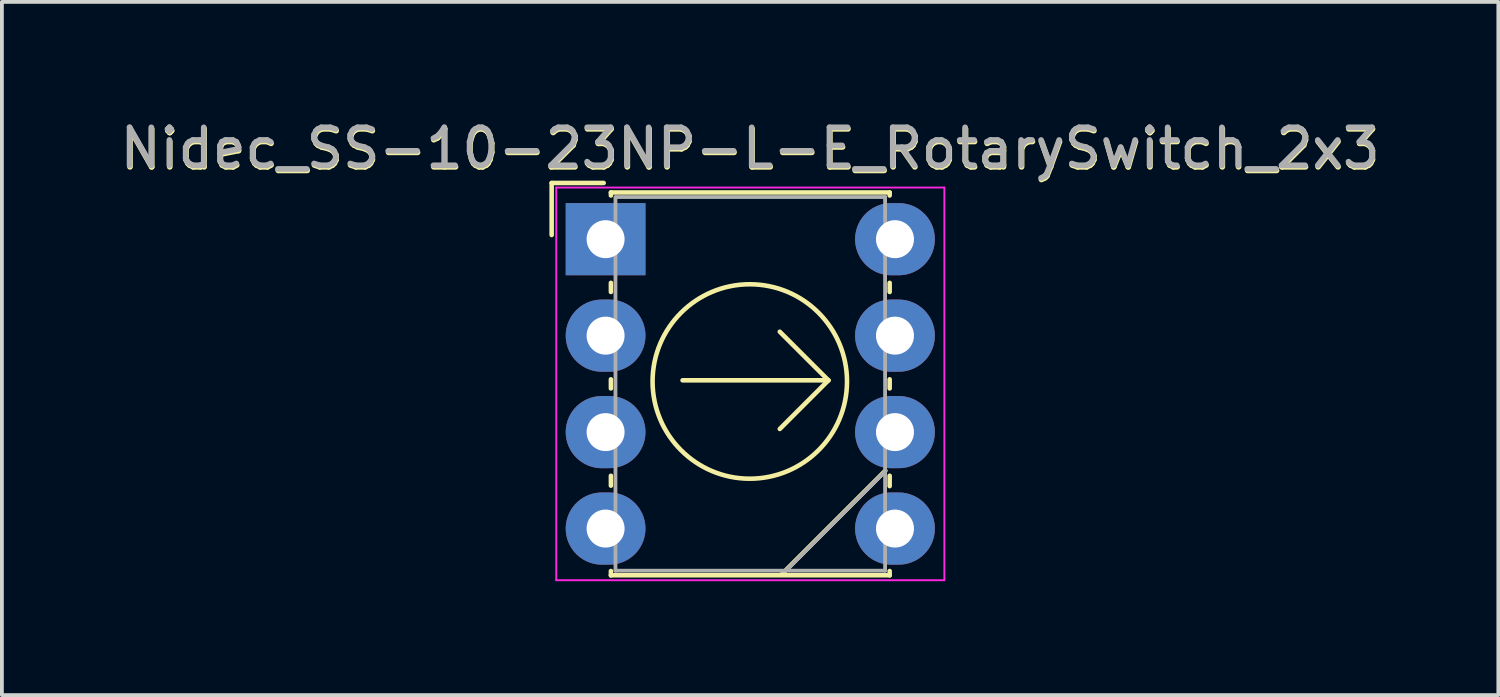
<source format=kicad_pcb>
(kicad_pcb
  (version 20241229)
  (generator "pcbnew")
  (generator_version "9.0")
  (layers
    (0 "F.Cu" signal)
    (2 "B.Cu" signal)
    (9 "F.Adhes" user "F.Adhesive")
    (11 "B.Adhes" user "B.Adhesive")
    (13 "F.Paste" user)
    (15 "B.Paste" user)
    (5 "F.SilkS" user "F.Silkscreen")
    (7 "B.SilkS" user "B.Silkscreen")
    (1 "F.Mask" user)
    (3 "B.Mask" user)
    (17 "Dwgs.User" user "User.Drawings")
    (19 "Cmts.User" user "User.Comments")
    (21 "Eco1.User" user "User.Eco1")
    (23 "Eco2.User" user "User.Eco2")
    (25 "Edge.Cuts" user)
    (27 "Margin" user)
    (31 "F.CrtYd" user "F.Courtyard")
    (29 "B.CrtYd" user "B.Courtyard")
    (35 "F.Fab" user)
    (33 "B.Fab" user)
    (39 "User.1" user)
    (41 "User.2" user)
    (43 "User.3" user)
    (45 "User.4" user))
  (footprint "Nidec_SS-10-23NP-L-E_RotarySwitch_2x3"
    (layer "F.Cu")
    (at 12.896 3.248)
    (property "Reference" "Nidec_SS-10-23NP-L-E_RotarySwitch_2x3" (at 3.81 -2.36 0) (layer "F.SilkS") (effects (font (size 1 1) (thickness 0.15))))
    (attr through_hole)
    (fp_line (start -1.42 -1.48) (end -0.05 -1.48) (stroke (width 0.12) (type solid)) (layer "F.SilkS"))
    (fp_line (start -1.42 -0.11) (end -1.42 -1.48) (stroke (width 0.12) (type solid)) (layer "F.SilkS"))
    (fp_line (start 0.14 8.852) (end 0.14 8.738) (stroke (width 0.12) (type solid)) (layer "F.SilkS"))
    (fp_line (start 0.14 -1.23) (end 7.48 -1.23) (stroke (width 0.12) (type solid)) (layer "F.SilkS"))
    (fp_line (start 0.14 -1.15) (end 0.14 -1.23) (stroke (width 0.12) (type solid)) (layer "F.SilkS"))
    (fp_line (start 0.14 1.15) (end 0.14 1.39) (stroke (width 0.12) (type solid)) (layer "F.SilkS"))
    (fp_line (start 0.14 3.69) (end 0.14 3.93) (stroke (width 0.12) (type solid)) (layer "F.SilkS"))
    (fp_line (start 0.14 6.23) (end 0.14 6.49) (stroke (width 0.12) (type solid)) (layer "F.SilkS"))
    (fp_line (start 0.14 8.85) (end 7.48 8.85) (stroke (width 0.12) (type solid)) (layer "F.SilkS"))
    (fp_line (start 4.587 2.437) (end 5.867 3.716) (stroke (width 0.12) (type solid)) (layer "F.SilkS"))
    (fp_line (start 5.867 3.716) (end 2.027 3.716) (stroke (width 0.12) (type solid)) (layer "F.SilkS"))
    (fp_line (start 5.867 3.716) (end 4.587 4.997) (stroke (width 0.12) (type solid)) (layer "F.SilkS"))
    (fp_line (start 7.366 6.096) (end 4.623 8.839) (stroke (width 0.12) (type solid)) (layer "F.SilkS"))
    (fp_line (start 7.48 -1.23) (end 7.48 -1.15) (stroke (width 0.12) (type solid)) (layer "F.SilkS"))
    (fp_line (start 7.48 1.15) (end 7.48 1.39) (stroke (width 0.12) (type solid)) (layer "F.SilkS"))
    (fp_line (start 7.48 3.69) (end 7.48 3.93) (stroke (width 0.12) (type solid)) (layer "F.SilkS"))
    (fp_line (start 7.48 6.502) (end 7.48 6.23) (stroke (width 0.12) (type solid)) (layer "F.SilkS"))
    (fp_line (start 7.48 8.852) (end 7.48 8.738) (stroke (width 0.12) (type solid)) (layer "F.SilkS"))
    (fp_circle (center 3.797 3.747) (end 6.357 3.747) (stroke (width 0.12) (type solid)) (fill no) (layer "F.SilkS"))
    (fp_line (start -1.3 -1.36) (end -1.3 8.98) (stroke (width 0.05) (type solid)) (layer "F.CrtYd"))
    (fp_line (start -1.3 8.98) (end 8.92 8.98) (stroke (width 0.05) (type solid)) (layer "F.CrtYd"))
    (fp_line (start 8.92 -1.36) (end -1.3 -1.36) (stroke (width 0.05) (type solid)) (layer "F.CrtYd"))
    (fp_line (start 8.92 8.98) (end 8.92 -1.36) (stroke (width 0.05) (type solid)) (layer "F.CrtYd"))
    (fp_line (start 0.26 8.73) (end 0.26 -1.105) (stroke (width 0.1) (type solid)) (layer "F.Fab"))
    (fp_line (start 0.267 -1.11) (end 7.36 -1.11) (stroke (width 0.1) (type solid)) (layer "F.Fab"))
    (fp_line (start 4.763 8.712) (end 7.353 6.121) (stroke (width 0.1) (type solid)) (layer "F.Fab"))
    (fp_line (start 7.36 -1.11) (end 7.36 8.73) (stroke (width 0.1) (type solid)) (layer "F.Fab"))
    (fp_line (start 7.36 8.73) (end 0.26 8.73) (stroke (width 0.1) (type solid)) (layer "F.Fab"))
    (fp_text user "${REFERENCE}" (at 3.8 -2.4 0) (layer "F.Fab") (effects (font (size 1 1) (thickness 0.15))))
    (pad "1" thru_hole rect (at 0 0) (size 2.1 1.9) (drill 1) (layers "*.Cu" "*.Mask"))
    (pad "2" thru_hole oval (at 0 5.08) (size 2.1 1.9) (drill 1) (layers "*.Cu" "*.Mask"))
    (pad "3" thru_hole oval (at 0 7.62) (size 2.1 1.9) (drill 1) (layers "*.Cu" "*.Mask"))
    (pad "4" thru_hole oval (at 7.62 7.62) (size 2.1 1.9) (drill 1) (layers "*.Cu" "*.Mask"))
    (pad "5" thru_hole oval (at 7.62 2.54) (size 2.1 1.9) (drill 1) (layers "*.Cu" "*.Mask"))
    (pad "6" thru_hole oval (at 7.62 0) (size 2.1 1.9) (drill 1) (layers "*.Cu" "*.Mask"))
    (pad "7" thru_hole oval (at 7.62 5.08) (size 2.1 1.9) (drill 1) (layers "*.Cu" "*.Mask"))
    (pad "8" thru_hole oval (at 0 2.54) (size 2.1 1.9) (drill 1) (layers "*.Cu" "*.Mask")))
  (gr_rect
    (start -3 -3)
    (end 36.403 15.253)
    (stroke (width 0.1) (type default))
    (fill no)
    (layer "Edge.Cuts")))
</source>
